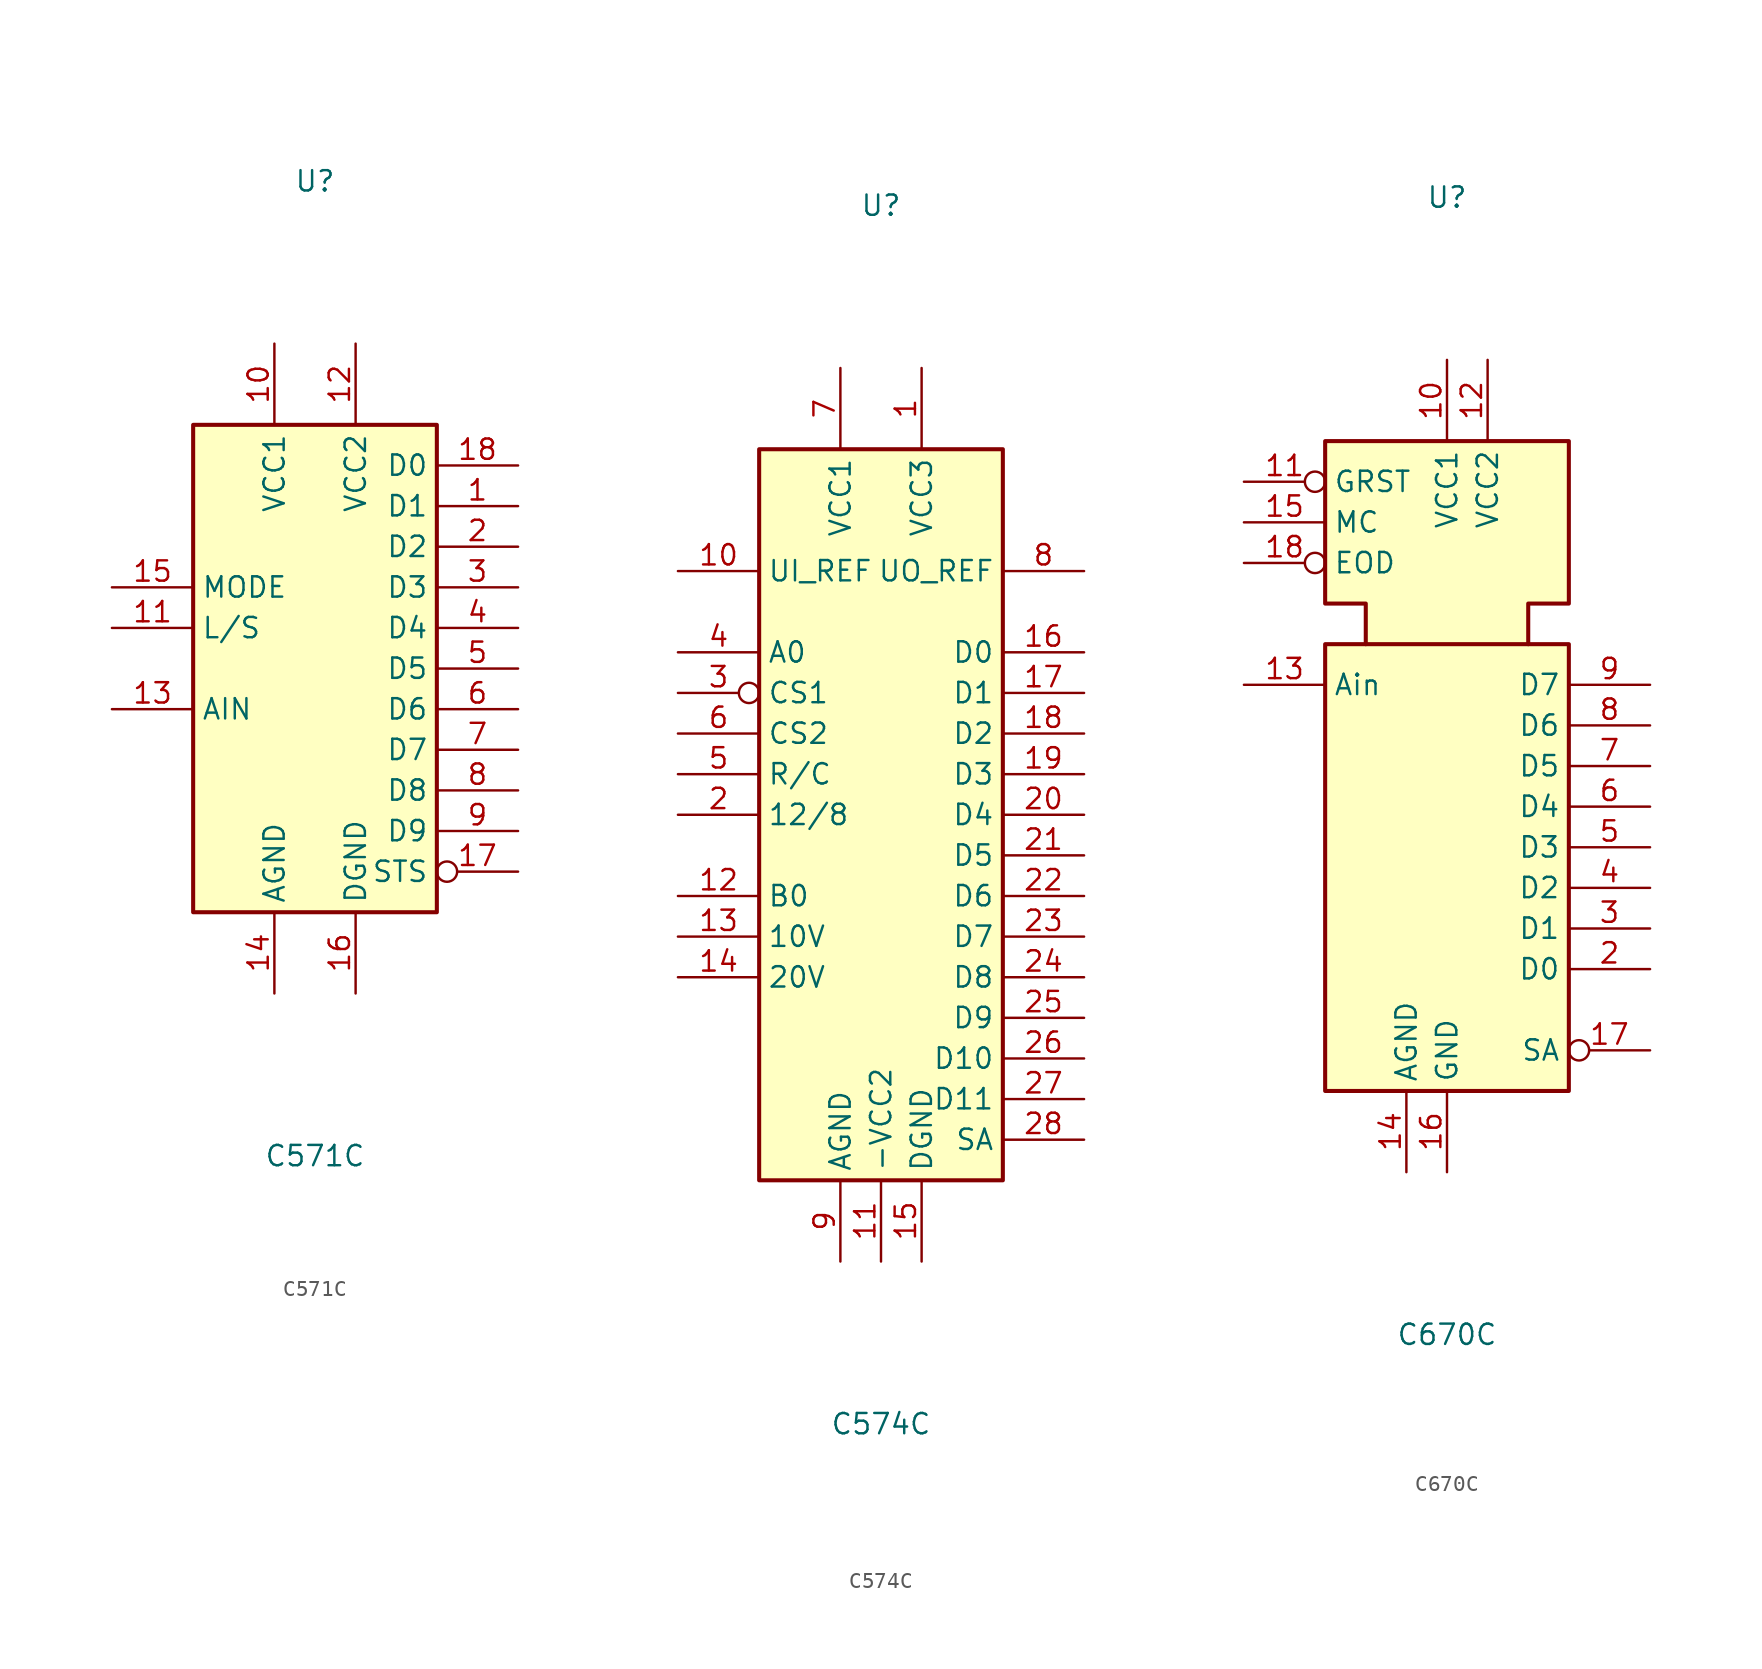
<source format=kicad_sym>
(kicad_symbol_lib
  (version 20211014)
  (generator kicad_symbol_editor)
  (symbol "C571C"
    (property "Reference" "U"
      (at 0 30.48 0)
      (effects (font (size 1.27 1.27))))
    (property "Value" "C571C"
      (at 0 -30.48 0)
      (effects (font (size 1.27 1.27))))
    (symbol "C571C_0_0"
      (pin output line (at 12.7 10.16 180) (length 5.08) (name "D1" (effects (font (size 1.27 1.27)))) (number "1" (effects (font (size 1.27 1.27)))))
      (pin power_in line (at -2.54 20.32 270) (length 5.08) (name "VCC1" (effects (font (size 1.27 1.27)))) (number "10" (effects (font (size 1.27 1.27)))))
      (pin input line (at -12.7 2.54 0) (length 5.08) (name "L/S" (effects (font (size 1.27 1.27)))) (number "11" (effects (font (size 1.27 1.27)))))
      (pin power_in line (at 2.54 20.32 270) (length 5.08) (name "VCC2" (effects (font (size 1.27 1.27)))) (number "12" (effects (font (size 1.27 1.27)))))
      (pin input line (at -12.7 -2.54 0) (length 5.08) (name "AIN" (effects (font (size 1.27 1.27)))) (number "13" (effects (font (size 1.27 1.27)))))
      (pin power_in line (at -2.54 -20.32 90) (length 5.08) (name "AGND" (effects (font (size 1.27 1.27)))) (number "14" (effects (font (size 1.27 1.27)))))
      (pin input line (at -12.7 5.08 0) (length 5.08) (name "MODE" (effects (font (size 1.27 1.27)))) (number "15" (effects (font (size 1.27 1.27)))))
      (pin power_in line (at 2.54 -20.32 90) (length 5.08) (name "DGND" (effects (font (size 1.27 1.27)))) (number "16" (effects (font (size 1.27 1.27)))))
      (pin output inverted (at 12.7 -12.7 180) (length 5.08) (name "STS" (effects (font (size 1.27 1.27)))) (number "17" (effects (font (size 1.27 1.27)))))
      (pin output line (at 12.7 12.7 180) (length 5.08) (name "D0" (effects (font (size 1.27 1.27)))) (number "18" (effects (font (size 1.27 1.27)))))
      (pin output line (at 12.7 7.62 180) (length 5.08) (name "D2" (effects (font (size 1.27 1.27)))) (number "2" (effects (font (size 1.27 1.27)))))
      (pin output line (at 12.7 5.08 180) (length 5.08) (name "D3" (effects (font (size 1.27 1.27)))) (number "3" (effects (font (size 1.27 1.27)))))
      (pin output line (at 12.7 2.54 180) (length 5.08) (name "D4" (effects (font (size 1.27 1.27)))) (number "4" (effects (font (size 1.27 1.27)))))
      (pin output line (at 12.7 0 180) (length 5.08) (name "D5" (effects (font (size 1.27 1.27)))) (number "5" (effects (font (size 1.27 1.27)))))
      (pin output line (at 12.7 -2.54 180) (length 5.08) (name "D6" (effects (font (size 1.27 1.27)))) (number "6" (effects (font (size 1.27 1.27)))))
      (pin output line (at 12.7 -5.08 180) (length 5.08) (name "D7" (effects (font (size 1.27 1.27)))) (number "7" (effects (font (size 1.27 1.27)))))
      (pin output line (at 12.7 -7.62 180) (length 5.08) (name "D8" (effects (font (size 1.27 1.27)))) (number "8" (effects (font (size 1.27 1.27)))))
      (pin output line (at 12.7 -10.16 180) (length 5.08) (name "D9" (effects (font (size 1.27 1.27)))) (number "9" (effects (font (size 1.27 1.27))))))
    (symbol "C571C_0_1"
      (rectangle (start -7.62 15.24) (end 7.62 -15.24) (stroke (width 0.254) (type default) (color 0 0 0 0)) (fill (type background)))))
  (symbol "C574C"
    (property "Reference" "U"
      (at 0 38.1 0)
      (effects (font (size 1.27 1.27))))
    (property "Value" "C574C"
      (at 0 -38.1 0)
      (effects (font (size 1.27 1.27))))
    (symbol "C574C_0_0"
      (pin power_in line (at 2.54 27.94 270) (length 5.08) (name "VCC3" (effects (font (size 1.27 1.27)))) (number "1" (effects (font (size 1.27 1.27)))))
      (pin input line (at -12.7 15.24 0) (length 5.08) (name "UI_REF" (effects (font (size 1.27 1.27)))) (number "10" (effects (font (size 1.27 1.27)))))
      (pin power_in line (at 0 -27.94 90) (length 5.08) (name "-VCC2" (effects (font (size 1.27 1.27)))) (number "11" (effects (font (size 1.27 1.27)))))
      (pin input line (at -12.7 -5.08 0) (length 5.08) (name "B0" (effects (font (size 1.27 1.27)))) (number "12" (effects (font (size 1.27 1.27)))))
      (pin input line (at -12.7 -7.62 0) (length 5.08) (name "10V" (effects (font (size 1.27 1.27)))) (number "13" (effects (font (size 1.27 1.27)))))
      (pin input line (at -12.7 -10.16 0) (length 5.08) (name "20V" (effects (font (size 1.27 1.27)))) (number "14" (effects (font (size 1.27 1.27)))))
      (pin power_in line (at 2.54 -27.94 90) (length 5.08) (name "DGND" (effects (font (size 1.27 1.27)))) (number "15" (effects (font (size 1.27 1.27)))))
      (pin output line (at 12.7 10.16 180) (length 5.08) (name "D0" (effects (font (size 1.27 1.27)))) (number "16" (effects (font (size 1.27 1.27)))))
      (pin output line (at 12.7 7.62 180) (length 5.08) (name "D1" (effects (font (size 1.27 1.27)))) (number "17" (effects (font (size 1.27 1.27)))))
      (pin output line (at 12.7 5.08 180) (length 5.08) (name "D2" (effects (font (size 1.27 1.27)))) (number "18" (effects (font (size 1.27 1.27)))))
      (pin output line (at 12.7 2.54 180) (length 5.08) (name "D3" (effects (font (size 1.27 1.27)))) (number "19" (effects (font (size 1.27 1.27)))))
      (pin input line (at -12.7 0 0) (length 5.08) (name "12/8" (effects (font (size 1.27 1.27)))) (number "2" (effects (font (size 1.27 1.27)))))
      (pin output line (at 12.7 0 180) (length 5.08) (name "D4" (effects (font (size 1.27 1.27)))) (number "20" (effects (font (size 1.27 1.27)))))
      (pin output line (at 12.7 -2.54 180) (length 5.08) (name "D5" (effects (font (size 1.27 1.27)))) (number "21" (effects (font (size 1.27 1.27)))))
      (pin output line (at 12.7 -5.08 180) (length 5.08) (name "D6" (effects (font (size 1.27 1.27)))) (number "22" (effects (font (size 1.27 1.27)))))
      (pin output line (at 12.7 -7.62 180) (length 5.08) (name "D7" (effects (font (size 1.27 1.27)))) (number "23" (effects (font (size 1.27 1.27)))))
      (pin output line (at 12.7 -10.16 180) (length 5.08) (name "D8" (effects (font (size 1.27 1.27)))) (number "24" (effects (font (size 1.27 1.27)))))
      (pin output line (at 12.7 -12.7 180) (length 5.08) (name "D9" (effects (font (size 1.27 1.27)))) (number "25" (effects (font (size 1.27 1.27)))))
      (pin output line (at 12.7 -15.24 180) (length 5.08) (name "D10" (effects (font (size 1.27 1.27)))) (number "26" (effects (font (size 1.27 1.27)))))
      (pin output line (at 12.7 -17.78 180) (length 5.08) (name "D11" (effects (font (size 1.27 1.27)))) (number "27" (effects (font (size 1.27 1.27)))))
      (pin output line (at 12.7 -20.32 180) (length 5.08) (name "SA" (effects (font (size 1.27 1.27)))) (number "28" (effects (font (size 1.27 1.27)))))
      (pin input inverted (at -12.7 7.62 0) (length 5.08) (name "CS1" (effects (font (size 1.27 1.27)))) (number "3" (effects (font (size 1.27 1.27)))))
      (pin input line (at -12.7 10.16 0) (length 5.08) (name "A0" (effects (font (size 1.27 1.27)))) (number "4" (effects (font (size 1.27 1.27)))))
      (pin input line (at -12.7 2.54 0) (length 5.08) (name "R/C" (effects (font (size 1.27 1.27)))) (number "5" (effects (font (size 1.27 1.27)))))
      (pin input line (at -12.7 5.08 0) (length 5.08) (name "CS2" (effects (font (size 1.27 1.27)))) (number "6" (effects (font (size 1.27 1.27)))))
      (pin power_in line (at -2.54 27.94 270) (length 5.08) (name "VCC1" (effects (font (size 1.27 1.27)))) (number "7" (effects (font (size 1.27 1.27)))))
      (pin output line (at 12.7 15.24 180) (length 5.08) (name "UO_REF" (effects (font (size 1.27 1.27)))) (number "8" (effects (font (size 1.27 1.27)))))
      (pin power_in line (at -2.54 -27.94 90) (length 5.08) (name "AGND" (effects (font (size 1.27 1.27)))) (number "9" (effects (font (size 1.27 1.27))))))
    (symbol "C574C_0_1"
      (rectangle (start -7.62 22.86) (end 7.62 -22.86) (stroke (width 0.254) (type default) (color 0 0 0 0)) (fill (type background)))))
  (symbol "C670C"
    (property "Reference" "U"
      (at 0 35.56 0)
      (effects (font (size 1.27 1.27))))
    (property "Value" "C670C"
      (at 0 -35.56 0)
      (effects (font (size 1.27 1.27))))
    (symbol "C670C_0_0"
      (pin no_connect line (at -7.62 0 0) (length 2.54) hide (name "~" (effects (font (size 1.27 1.27)))) (number "1" (effects (font (size 1.27 1.27)))))
      (pin power_in line (at 0 25.4 270) (length 5.08) (name "VCC1" (effects (font (size 1.27 1.27)))) (number "10" (effects (font (size 1.27 1.27)))))
      (pin power_in line (at 2.54 25.4 270) (length 5.08) (name "VCC2" (effects (font (size 1.27 1.27)))) (number "12" (effects (font (size 1.27 1.27)))))
      (pin power_in line (at 0 -25.4 90) (length 5.08) (name "GND" (effects (font (size 1.27 1.27)))) (number "16" (effects (font (size 1.27 1.27))))))
    (symbol "C670C_0_1"
      (polyline (pts (xy -7.62 7.62) (xy 7.62 7.62) (xy 7.62 -20.32) (xy -5.08 -20.32) (xy -7.62 -20.32) (xy -7.62 7.62)) (stroke (width 0.254) (type default) (color 0 0 0 0)) (fill (type background)))
      (polyline (pts (xy -5.08 7.62) (xy -5.08 10.16) (xy -7.62 10.16) (xy -7.62 20.32) (xy 0 20.32) (xy 7.62 20.32) (xy 7.62 10.16) (xy 5.08 10.16) (xy 5.08 7.62)) (stroke (width 0.254) (type default) (color 0 0 0 0)) (fill (type background))))
    (symbol "C670C_1_1"
      (pin input inverted (at -12.7 17.78 0) (length 5.08) (name "GRST" (effects (font (size 1.27 1.27)))) (number "11" (effects (font (size 1.27 1.27)))))
      (pin input line (at -12.7 5.08 0) (length 5.08) (name "Ain" (effects (font (size 1.27 1.27)))) (number "13" (effects (font (size 1.27 1.27)))))
      (pin power_in line (at -2.54 -25.4 90) (length 5.08) (name "AGND" (effects (font (size 1.27 1.27)))) (number "14" (effects (font (size 1.27 1.27)))))
      (pin input line (at -12.7 15.24 0) (length 5.08) (name "MC" (effects (font (size 1.27 1.27)))) (number "15" (effects (font (size 1.27 1.27)))))
      (pin output inverted (at 12.7 -17.78 180) (length 5.08) (name "SA" (effects (font (size 1.27 1.27)))) (number "17" (effects (font (size 1.27 1.27)))))
      (pin input inverted (at -12.7 12.7 0) (length 5.08) (name "EOD" (effects (font (size 1.27 1.27)))) (number "18" (effects (font (size 1.27 1.27)))))
      (pin output line (at 12.7 -12.7 180) (length 5.08) (name "D0" (effects (font (size 1.27 1.27)))) (number "2" (effects (font (size 1.27 1.27)))))
      (pin output line (at 12.7 -10.16 180) (length 5.08) (name "D1" (effects (font (size 1.27 1.27)))) (number "3" (effects (font (size 1.27 1.27)))))
      (pin output line (at 12.7 -7.62 180) (length 5.08) (name "D2" (effects (font (size 1.27 1.27)))) (number "4" (effects (font (size 1.27 1.27)))))
      (pin output line (at 12.7 -5.08 180) (length 5.08) (name "D3" (effects (font (size 1.27 1.27)))) (number "5" (effects (font (size 1.27 1.27)))))
      (pin output line (at 12.7 -2.54 180) (length 5.08) (name "D4" (effects (font (size 1.27 1.27)))) (number "6" (effects (font (size 1.27 1.27)))))
      (pin output line (at 12.7 0 180) (length 5.08) (name "D5" (effects (font (size 1.27 1.27)))) (number "7" (effects (font (size 1.27 1.27)))))
      (pin output line (at 12.7 2.54 180) (length 5.08) (name "D6" (effects (font (size 1.27 1.27)))) (number "8" (effects (font (size 1.27 1.27)))))
      (pin output line (at 12.7 5.08 180) (length 5.08) (name "D7" (effects (font (size 1.27 1.27)))) (number "9" (effects (font (size 1.27 1.27))))))))
</source>
